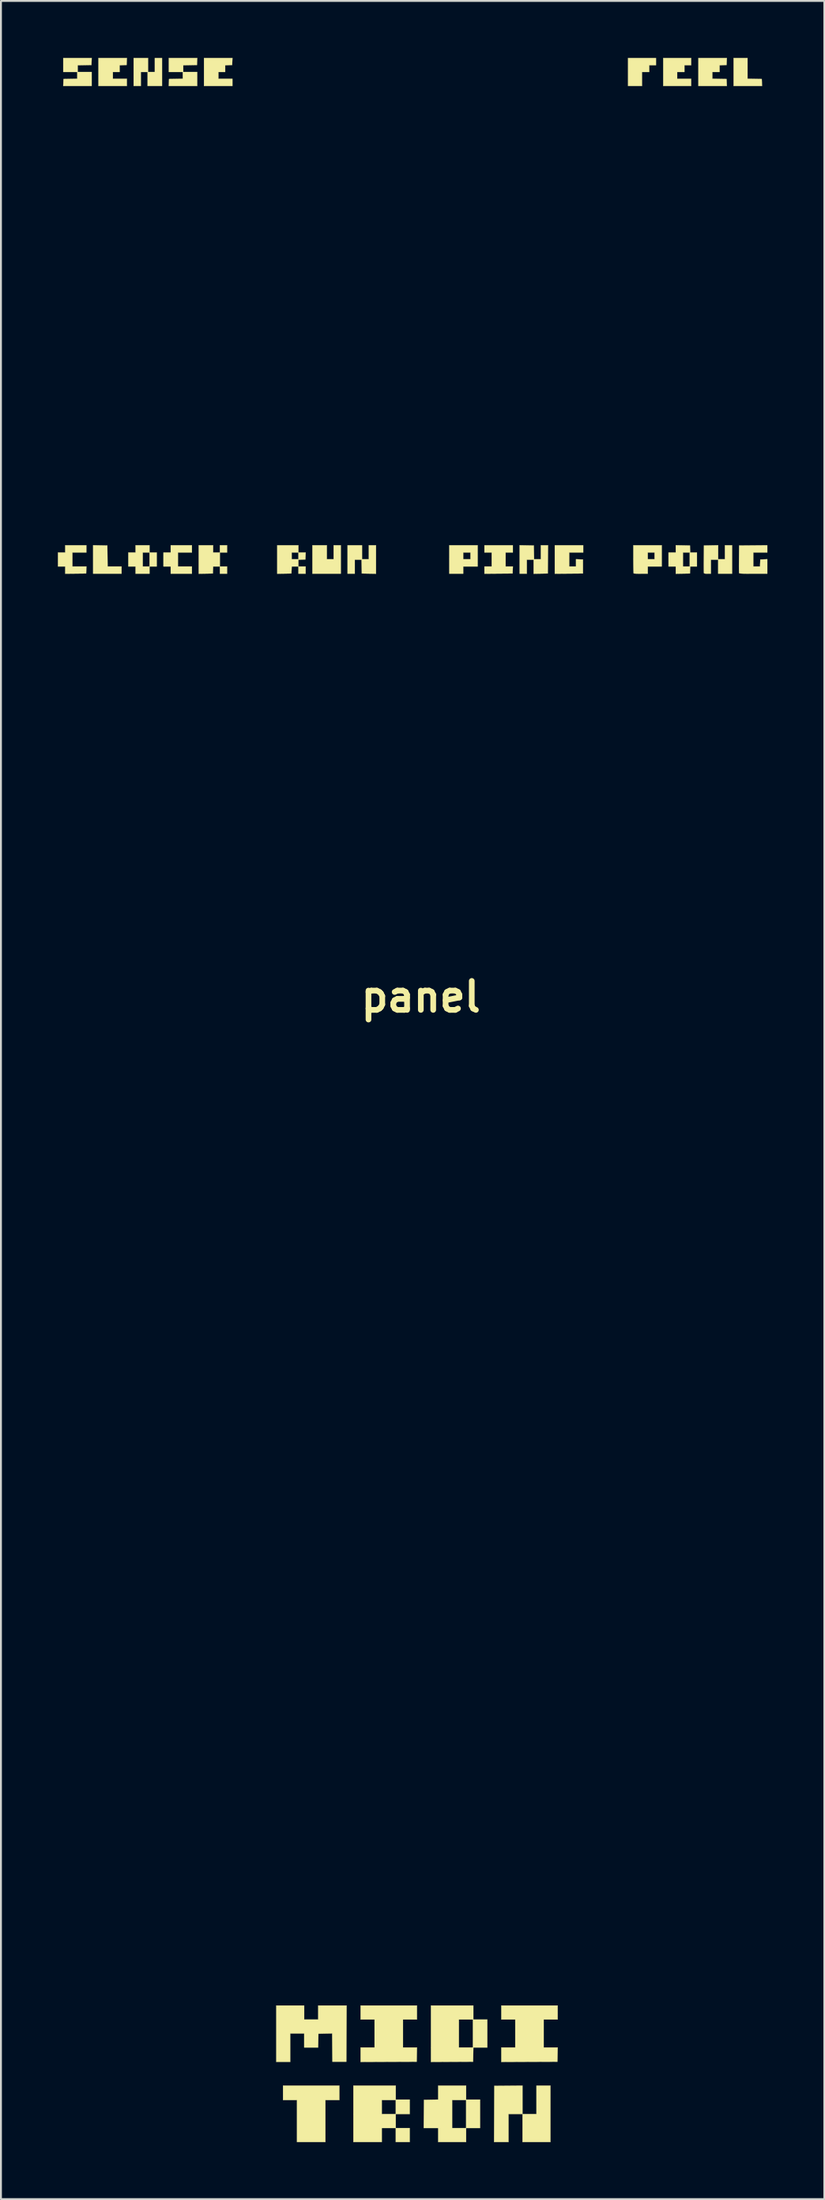
<source format=kicad_pcb>
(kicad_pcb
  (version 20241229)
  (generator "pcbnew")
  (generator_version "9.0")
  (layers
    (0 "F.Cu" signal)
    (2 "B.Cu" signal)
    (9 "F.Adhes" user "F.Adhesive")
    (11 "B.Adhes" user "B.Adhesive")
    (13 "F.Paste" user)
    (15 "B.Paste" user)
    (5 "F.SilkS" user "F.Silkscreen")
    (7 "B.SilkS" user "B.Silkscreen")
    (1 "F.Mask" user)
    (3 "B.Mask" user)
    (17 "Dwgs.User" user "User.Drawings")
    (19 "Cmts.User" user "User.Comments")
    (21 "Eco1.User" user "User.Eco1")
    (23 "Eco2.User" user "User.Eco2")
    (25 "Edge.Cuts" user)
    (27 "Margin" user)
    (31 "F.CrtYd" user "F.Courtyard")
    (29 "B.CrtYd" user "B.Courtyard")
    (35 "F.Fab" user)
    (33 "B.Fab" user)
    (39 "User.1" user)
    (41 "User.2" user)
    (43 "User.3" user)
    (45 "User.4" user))
  (footprint "panel"
    (layer "F.Cu")
    (at 19.131 49.433)
    (property "Reference" "panel" (at 0 0 0) (layer "F.SilkS") (effects (font (size 1.524 1.524) (thickness 0.3))))
    (attr through_hole)
    (fp_poly (pts (xy -10.211 -23.393) (xy -10.592 -23.393) (xy -10.592 -23.774) (xy -10.211 -23.774) (xy -10.211 -23.393)) (stroke (width 0.01) (type solid)) (fill yes) (layer "F.SilkS"))
    (fp_poly (pts (xy -10.211 -22.276) (xy -10.592 -22.276) (xy -10.592 -22.657) (xy -10.211 -22.657) (xy -10.211 -22.276)) (stroke (width 0.01) (type solid)) (fill yes) (layer "F.SilkS"))
    (fp_poly (pts (xy -6.071 -22.276) (xy -6.452 -22.276) (xy -6.452 -22.657) (xy -6.071 -22.657) (xy -6.071 -22.276)) (stroke (width 0.01) (type solid)) (fill yes) (layer "F.SilkS"))
    (fp_poly (pts (xy -0.584 60.3) (xy -1.321 60.3) (xy -1.321 59.563) (xy -0.584 59.563) (xy -0.584 60.3)) (stroke (width 0.01) (type solid)) (fill yes) (layer "F.SilkS"))
    (fp_poly (pts (xy 5.359 58.826) (xy 4.623 58.826) (xy 4.623 60.3) (xy 3.86 60.3) (xy 3.873 57.34) (xy 5.359 57.327) (xy 5.359 58.826)) (stroke (width 0.01) (type solid)) (fill yes) (layer "F.SilkS"))
    (fp_poly (pts (xy 6.833 60.3) (xy 5.359 60.3) (xy 5.359 58.826) (xy 6.096 58.826) (xy 6.096 57.328) (xy 6.833 57.328) (xy 6.833 60.3)) (stroke (width 0.01) (type solid)) (fill yes) (layer "F.SilkS"))
    (fp_poly (pts (xy -16.897 -23.769) (xy -16.523 -23.762) (xy -16.509 -22.657) (xy -15.773 -22.657) (xy -15.773 -22.276) (xy -17.272 -22.276) (xy -17.272 -23.776) (xy -16.897 -23.769)) (stroke (width 0.01) (type solid)) (fill yes) (layer "F.SilkS"))
    (fp_poly (pts (xy -4.953 -23.038) (xy -4.597 -23.038) (xy -4.597 -23.774) (xy -4.216 -23.774) (xy -4.216 -22.276) (xy -5.715 -22.276) (xy -5.715 -23.774) (xy -4.953 -23.774) (xy -4.953 -23.038)) (stroke (width 0.01) (type solid)) (fill yes) (layer "F.SilkS"))
    (fp_poly (pts (xy -4.293 58.09) (xy -5.029 58.09) (xy -5.029 60.3) (xy -6.528 60.3) (xy -6.528 58.09) (xy -7.264 58.09) (xy -7.264 57.328) (xy -4.293 57.328) (xy -4.293 58.09)) (stroke (width 0.01) (type solid)) (fill yes) (layer "F.SilkS"))
    (fp_poly (pts (xy 12.395 -49.047) (xy 12.04 -49.047) (xy 12.04 -48.692) (xy 11.659 -48.692) (xy 11.659 -47.955) (xy 10.922 -47.955) (xy 10.922 -49.428) (xy 12.395 -49.428) (xy 12.395 -49.047)) (stroke (width 0.01) (type solid)) (fill yes) (layer "F.SilkS"))
    (fp_poly (pts (xy 17.221 -48.338) (xy 17.596 -48.331) (xy 17.971 -48.324) (xy 17.978 -48.139) (xy 17.985 -47.955) (xy 16.485 -47.955) (xy 16.485 -49.428) (xy 17.221 -49.428) (xy 17.221 -48.338)) (stroke (width 0.01) (type solid)) (fill yes) (layer "F.SilkS"))
    (fp_poly (pts (xy -10.947 -23.393) (xy -10.592 -23.393) (xy -10.592 -22.657) (xy -10.945 -22.657) (xy -10.953 -22.473) (xy -10.96 -22.288) (xy -11.709 -22.274) (xy -11.709 -23.774) (xy -10.947 -23.774) (xy -10.947 -23.393)) (stroke (width 0.01) (type solid)) (fill yes) (layer "F.SilkS"))
    (fp_poly (pts (xy 14.249 -49.047) (xy 13.894 -49.047) (xy 13.894 -48.692) (xy 13.513 -48.692) (xy 13.513 -48.336) (xy 14.249 -48.336) (xy 14.249 -47.955) (xy 12.776 -47.955) (xy 12.776 -49.428) (xy 14.249 -49.428) (xy 14.249 -49.047)) (stroke (width 0.01) (type solid)) (fill yes) (layer "F.SilkS"))
    (fp_poly (pts (xy 8.56 -23.393) (xy 7.823 -23.393) (xy 7.823 -22.657) (xy 8.179 -22.657) (xy 8.179 -23.04) (xy 8.547 -23.025) (xy 8.547 -22.288) (xy 7.804 -22.282) (xy 7.061 -22.275) (xy 7.061 -23.774) (xy 8.56 -23.774) (xy 8.56 -23.393)) (stroke (width 0.01) (type solid)) (fill yes) (layer "F.SilkS"))
    (fp_poly (pts (xy -15.499 -49.244) (xy -15.507 -49.06) (xy -15.691 -49.053) (xy -15.875 -49.045) (xy -15.875 -48.692) (xy -16.231 -48.692) (xy -16.231 -48.336) (xy -15.494 -48.336) (xy -15.494 -47.955) (xy -16.993 -47.955) (xy -16.993 -49.428) (xy -15.492 -49.428) (xy -15.499 -49.244)) (stroke (width 0.01) (type solid)) (fill yes) (layer "F.SilkS"))
    (fp_poly (pts (xy -14.376 -48.692) (xy -14.021 -48.692) (xy -14.021 -49.428) (xy -13.64 -49.428) (xy -13.64 -47.955) (xy -14.402 -47.955) (xy -14.402 -48.692) (xy -14.757 -48.692) (xy -14.757 -47.955) (xy -15.138 -47.955) (xy -15.138 -49.428) (xy -14.376 -49.428) (xy -14.376 -48.692)) (stroke (width 0.01) (type solid)) (fill yes) (layer "F.SilkS"))
    (fp_poly (pts (xy -12.065 -23.393) (xy -12.802 -23.393) (xy -12.802 -22.657) (xy -12.065 -22.657) (xy -12.065 -22.276) (xy -13.183 -22.276) (xy -13.183 -22.657) (xy -13.564 -22.657) (xy -13.564 -23.393) (xy -13.183 -23.393) (xy -13.183 -23.774) (xy -12.065 -23.774) (xy -12.065 -23.393)) (stroke (width 0.01) (type solid)) (fill yes) (layer "F.SilkS"))
    (fp_poly (pts (xy -9.937 -49.244) (xy -9.944 -49.06) (xy -10.128 -49.053) (xy -10.312 -49.045) (xy -10.312 -48.692) (xy -10.668 -48.692) (xy -10.668 -48.336) (xy -9.931 -48.336) (xy -9.931 -47.955) (xy -11.43 -47.955) (xy -11.43 -49.428) (xy -9.929 -49.428) (xy -9.937 -49.244)) (stroke (width 0.01) (type solid)) (fill yes) (layer "F.SilkS"))
    (fp_poly (pts (xy -17.628 -23.393) (xy -18.364 -23.393) (xy -18.364 -22.657) (xy -17.625 -22.657) (xy -17.633 -22.473) (xy -17.64 -22.288) (xy -18.745 -22.275) (xy -18.745 -22.657) (xy -19.126 -22.657) (xy -19.126 -23.393) (xy -18.745 -23.393) (xy -18.745 -23.774) (xy -17.628 -23.774) (xy -17.628 -23.393)) (stroke (width 0.01) (type solid)) (fill yes) (layer "F.SilkS"))
    (fp_poly (pts (xy -3.099 -23.038) (xy -2.743 -23.038) (xy -2.743 -23.774) (xy -2.362 -23.774) (xy -2.362 -22.274) (xy -3.111 -22.288) (xy -3.119 -22.65) (xy -3.126 -23.012) (xy -3.48 -23.012) (xy -3.48 -22.276) (xy -3.861 -22.276) (xy -3.861 -23.774) (xy -3.099 -23.774) (xy -3.099 -23.038)) (stroke (width 0.01) (type solid)) (fill yes) (layer "F.SilkS"))
    (fp_poly (pts (xy -0.203 53.848) (xy -0.94 53.848) (xy -0.94 55.321) (xy -0.202 55.321) (xy -0.216 56.071) (xy -1.695 56.077) (xy -3.175 56.084) (xy -3.175 55.321) (xy -2.438 55.321) (xy -2.438 53.848) (xy -3.175 53.848) (xy -3.175 53.111) (xy -0.203 53.111) (xy -0.203 53.848)) (stroke (width 0.01) (type solid)) (fill yes) (layer "F.SilkS"))
    (fp_poly (pts (xy 2.997 -22.657) (xy 2.235 -22.657) (xy 2.235 -22.276) (xy 1.499 -22.276) (xy 1.499 -23.393) (xy 2.235 -23.393) (xy 2.235 -23.038) (xy 2.616 -23.038) (xy 2.616 -23.393) (xy 2.235 -23.393) (xy 1.499 -23.393) (xy 1.499 -23.774) (xy 2.997 -23.774) (xy 2.997 -22.657)) (stroke (width 0.01) (type solid)) (fill yes) (layer "F.SilkS"))
    (fp_poly (pts (xy 7.214 53.848) (xy 6.477 53.848) (xy 6.477 55.321) (xy 7.215 55.321) (xy 7.201 56.071) (xy 5.721 56.077) (xy 4.242 56.084) (xy 4.242 55.321) (xy 4.978 55.321) (xy 4.978 53.848) (xy 4.242 53.848) (xy 4.242 53.111) (xy 7.214 53.111) (xy 7.214 53.848)) (stroke (width 0.01) (type solid)) (fill yes) (layer "F.SilkS"))
    (fp_poly (pts (xy -17.353 -49.244) (xy -17.361 -49.06) (xy -18.085 -49.046) (xy -18.085 -48.692) (xy -17.348 -48.692) (xy -17.348 -47.955) (xy -18.849 -47.955) (xy -18.834 -48.324) (xy -18.472 -48.331) (xy -18.11 -48.338) (xy -18.11 -48.692) (xy -18.847 -48.692) (xy -18.847 -49.428) (xy -17.346 -49.428) (xy -17.353 -49.244)) (stroke (width 0.01) (type solid)) (fill yes) (layer "F.SilkS"))
    (fp_poly (pts (xy -11.791 -49.244) (xy -11.798 -49.06) (xy -12.522 -49.046) (xy -12.522 -48.692) (xy -11.786 -48.692) (xy -11.786 -47.955) (xy -13.286 -47.955) (xy -13.271 -48.324) (xy -12.91 -48.331) (xy -12.548 -48.338) (xy -12.548 -48.692) (xy -13.284 -48.692) (xy -13.284 -49.428) (xy -11.783 -49.428) (xy -11.791 -49.244)) (stroke (width 0.01) (type solid)) (fill yes) (layer "F.SilkS"))
    (fp_poly (pts (xy 4.851 -23.393) (xy 4.47 -23.393) (xy 4.47 -22.657) (xy 4.854 -22.657) (xy 4.846 -22.473) (xy 4.839 -22.288) (xy 4.096 -22.282) (xy 3.353 -22.275) (xy 3.353 -22.657) (xy 3.734 -22.657) (xy 3.734 -23.393) (xy 3.353 -23.393) (xy 3.353 -23.774) (xy 4.851 -23.774) (xy 4.851 -23.393)) (stroke (width 0.01) (type solid)) (fill yes) (layer "F.SilkS"))
    (fp_poly (pts (xy 5.582 -23.769) (xy 5.956 -23.762) (xy 5.97 -23.038) (xy 6.325 -23.038) (xy 6.325 -23.774) (xy 6.706 -23.774) (xy 6.7 -23.031) (xy 6.693 -22.288) (xy 5.944 -22.274) (xy 5.944 -23.012) (xy 5.588 -23.012) (xy 5.588 -22.276) (xy 5.207 -22.276) (xy 5.207 -23.776) (xy 5.582 -23.769)) (stroke (width 0.01) (type solid)) (fill yes) (layer "F.SilkS"))
    (fp_poly (pts (xy 16.124 -49.244) (xy 16.116 -49.06) (xy 15.932 -49.053) (xy 15.748 -49.045) (xy 15.748 -48.692) (xy 15.367 -48.692) (xy 15.367 -48.338) (xy 15.742 -48.331) (xy 16.116 -48.324) (xy 16.124 -48.139) (xy 16.131 -47.955) (xy 14.63 -47.955) (xy 14.63 -49.428) (xy 16.131 -49.428) (xy 16.124 -49.244)) (stroke (width 0.01) (type solid)) (fill yes) (layer "F.SilkS"))
    (fp_poly (pts (xy 2.769 53.848) (xy 3.505 53.848) (xy 3.505 55.321) (xy 2.77 55.321) (xy 2.756 56.071) (xy 1.645 56.077) (xy 0.533 56.084) (xy 0.533 53.848) (xy 2.007 53.848) (xy 2.007 55.321) (xy 2.743 55.321) (xy 2.743 53.848) (xy 2.007 53.848) (xy 0.533 53.848) (xy 0.533 53.111) (xy 2.769 53.111) (xy 2.769 53.848)) (stroke (width 0.01) (type solid)) (fill yes) (layer "F.SilkS"))
    (fp_poly (pts (xy -1.321 58.064) (xy -0.584 58.064) (xy -0.584 58.826) (xy -1.321 58.826) (xy -1.321 59.563) (xy -2.057 59.563) (xy -2.057 60.3) (xy -3.556 60.3) (xy -3.556 58.09) (xy -2.057 58.09) (xy -2.057 58.826) (xy -1.321 58.826) (xy -1.321 58.09) (xy -2.057 58.09) (xy -3.556 58.09) (xy -3.556 57.328) (xy -1.321 57.328) (xy -1.321 58.064)) (stroke (width 0.01) (type solid)) (fill yes) (layer "F.SilkS"))
    (fp_poly (pts (xy -13.919 -23.393) (xy -13.919 -22.657) (xy -14.3 -22.657) (xy -14.3 -22.276) (xy -15.037 -22.276) (xy -15.037 -22.657) (xy -15.418 -22.657) (xy -15.418 -23.393) (xy -15.037 -23.393) (xy -14.656 -23.393) (xy -14.656 -22.657) (xy -14.3 -22.657) (xy -14.3 -23.393) (xy -14.656 -23.393) (xy -15.037 -23.393) (xy -15.037 -23.774) (xy -14.3 -23.774) (xy -14.3 -23.393) (xy -13.919 -23.393)) (stroke (width 0.01) (type solid)) (fill yes) (layer "F.SilkS"))
    (fp_poly (pts (xy -6.147 53.848) (xy -5.41 53.848) (xy -5.41 53.111) (xy -3.911 53.111) (xy -3.918 54.591) (xy -3.924 56.071) (xy -4.661 56.071) (xy -4.668 55.327) (xy -4.674 54.583) (xy -5.036 54.59) (xy -5.397 54.597) (xy -5.405 54.959) (xy -5.412 55.321) (xy -6.147 55.321) (xy -6.147 54.585) (xy -6.883 54.585) (xy -6.883 56.083) (xy -7.62 56.083) (xy -7.62 53.111) (xy -6.147 53.111) (xy -6.147 53.848)) (stroke (width 0.01) (type solid)) (fill yes) (layer "F.SilkS"))
    (fp_poly (pts (xy -6.068 -23.393) (xy -6.076 -23.209) (xy -6.083 -23.025) (xy -6.267 -23.018) (xy -6.452 -23.01) (xy -6.452 -22.657) (xy -6.805 -22.657) (xy -6.812 -22.473) (xy -6.82 -22.288) (xy -7.569 -22.274) (xy -7.569 -23.393) (xy -6.807 -23.393) (xy -6.807 -23.038) (xy -6.452 -23.038) (xy -6.452 -23.393) (xy -6.807 -23.393) (xy -7.569 -23.393) (xy -7.569 -23.774) (xy -6.452 -23.774) (xy -6.452 -23.393) (xy -6.068 -23.393)) (stroke (width 0.01) (type solid)) (fill yes) (layer "F.SilkS"))
    (fp_poly (pts (xy 2.388 58.064) (xy 3.124 58.064) (xy 3.124 59.563) (xy 2.388 59.563) (xy 2.388 60.3) (xy 0.914 60.3) (xy 0.914 59.563) (xy 0.152 59.563) (xy 0.165 58.09) (xy 1.651 58.09) (xy 1.651 59.563) (xy 2.388 59.563) (xy 2.388 58.09) (xy 1.651 58.09) (xy 0.165 58.09) (xy 0.165 58.077) (xy 0.54 58.07) (xy 0.914 58.063) (xy 0.914 57.328) (xy 2.388 57.328) (xy 2.388 58.064)) (stroke (width 0.01) (type solid)) (fill yes) (layer "F.SilkS"))
    (fp_poly (pts (xy 13.811 -23.769) (xy 14.186 -23.762) (xy 14.193 -23.578) (xy 14.201 -23.393) (xy 14.554 -23.393) (xy 14.554 -22.657) (xy 14.201 -22.657) (xy 14.193 -22.473) (xy 14.186 -22.288) (xy 13.437 -22.274) (xy 13.437 -22.657) (xy 13.056 -22.657) (xy 13.056 -23.393) (xy 13.437 -23.393) (xy 13.818 -23.393) (xy 13.818 -22.657) (xy 14.173 -22.657) (xy 14.173 -23.393) (xy 13.818 -23.393) (xy 13.437 -23.393) (xy 13.437 -23.776) (xy 13.811 -23.769)) (stroke (width 0.01) (type solid)) (fill yes) (layer "F.SilkS"))
    (fp_poly (pts (xy 15.672 -23.038) (xy 16.027 -23.038) (xy 16.027 -23.774) (xy 16.408 -23.774) (xy 16.408 -22.276) (xy 15.672 -22.276) (xy 15.672 -23.012) (xy 15.291 -23.012) (xy 15.291 -22.276) (xy 15.112 -22.276) (xy 15 -22.28) (xy 14.937 -22.294) (xy 14.921 -22.308) (xy 14.918 -22.341) (xy 14.916 -22.418) (xy 14.915 -22.532) (xy 14.914 -22.676) (xy 14.914 -22.844) (xy 14.916 -23.029) (xy 14.916 -23.051) (xy 14.922 -23.762) (xy 15.297 -23.769) (xy 15.672 -23.776) (xy 15.672 -23.038)) (stroke (width 0.01) (type solid)) (fill yes) (layer "F.SilkS"))
    (fp_poly (pts (xy 18.263 -23.393) (xy 17.526 -23.393) (xy 17.526 -22.657) (xy 17.879 -22.657) (xy 17.894 -23.025) (xy 18.263 -23.04) (xy 18.263 -22.276) (xy 17.525 -22.276) (xy 17.301 -22.276) (xy 17.123 -22.278) (xy 16.988 -22.281) (xy 16.889 -22.285) (xy 16.824 -22.291) (xy 16.788 -22.299) (xy 16.775 -22.308) (xy 16.773 -22.341) (xy 16.77 -22.418) (xy 16.769 -22.532) (xy 16.768 -22.676) (xy 16.769 -22.844) (xy 16.77 -23.029) (xy 16.77 -23.051) (xy 16.777 -23.762) (xy 18.263 -23.775) (xy 18.263 -23.393)) (stroke (width 0.01) (type solid)) (fill yes) (layer "F.SilkS"))
    (fp_poly (pts (xy 12.7 -22.657) (xy 11.963 -22.657) (xy 11.963 -22.276) (xy 11.599 -22.276) (xy 11.468 -22.277) (xy 11.356 -22.28) (xy 11.271 -22.285) (xy 11.224 -22.29) (xy 11.218 -22.293) (xy 11.214 -22.322) (xy 11.21 -22.395) (xy 11.207 -22.505) (xy 11.204 -22.647) (xy 11.202 -22.814) (xy 11.201 -22.999) (xy 11.201 -23.042) (xy 11.201 -23.393) (xy 11.963 -23.393) (xy 11.963 -23.038) (xy 12.319 -23.038) (xy 12.319 -23.393) (xy 11.963 -23.393) (xy 11.201 -23.393) (xy 11.201 -23.774) (xy 12.7 -23.774) (xy 12.7 -22.657)) (stroke (width 0.01) (type solid)) (fill yes) (layer "F.SilkS")))
  (gr_rect
    (start -3 -3)
    (end 40.399 112.738)
    (stroke (width 0.1) (type default))
    (fill no)
    (layer "Edge.Cuts")))
</source>
